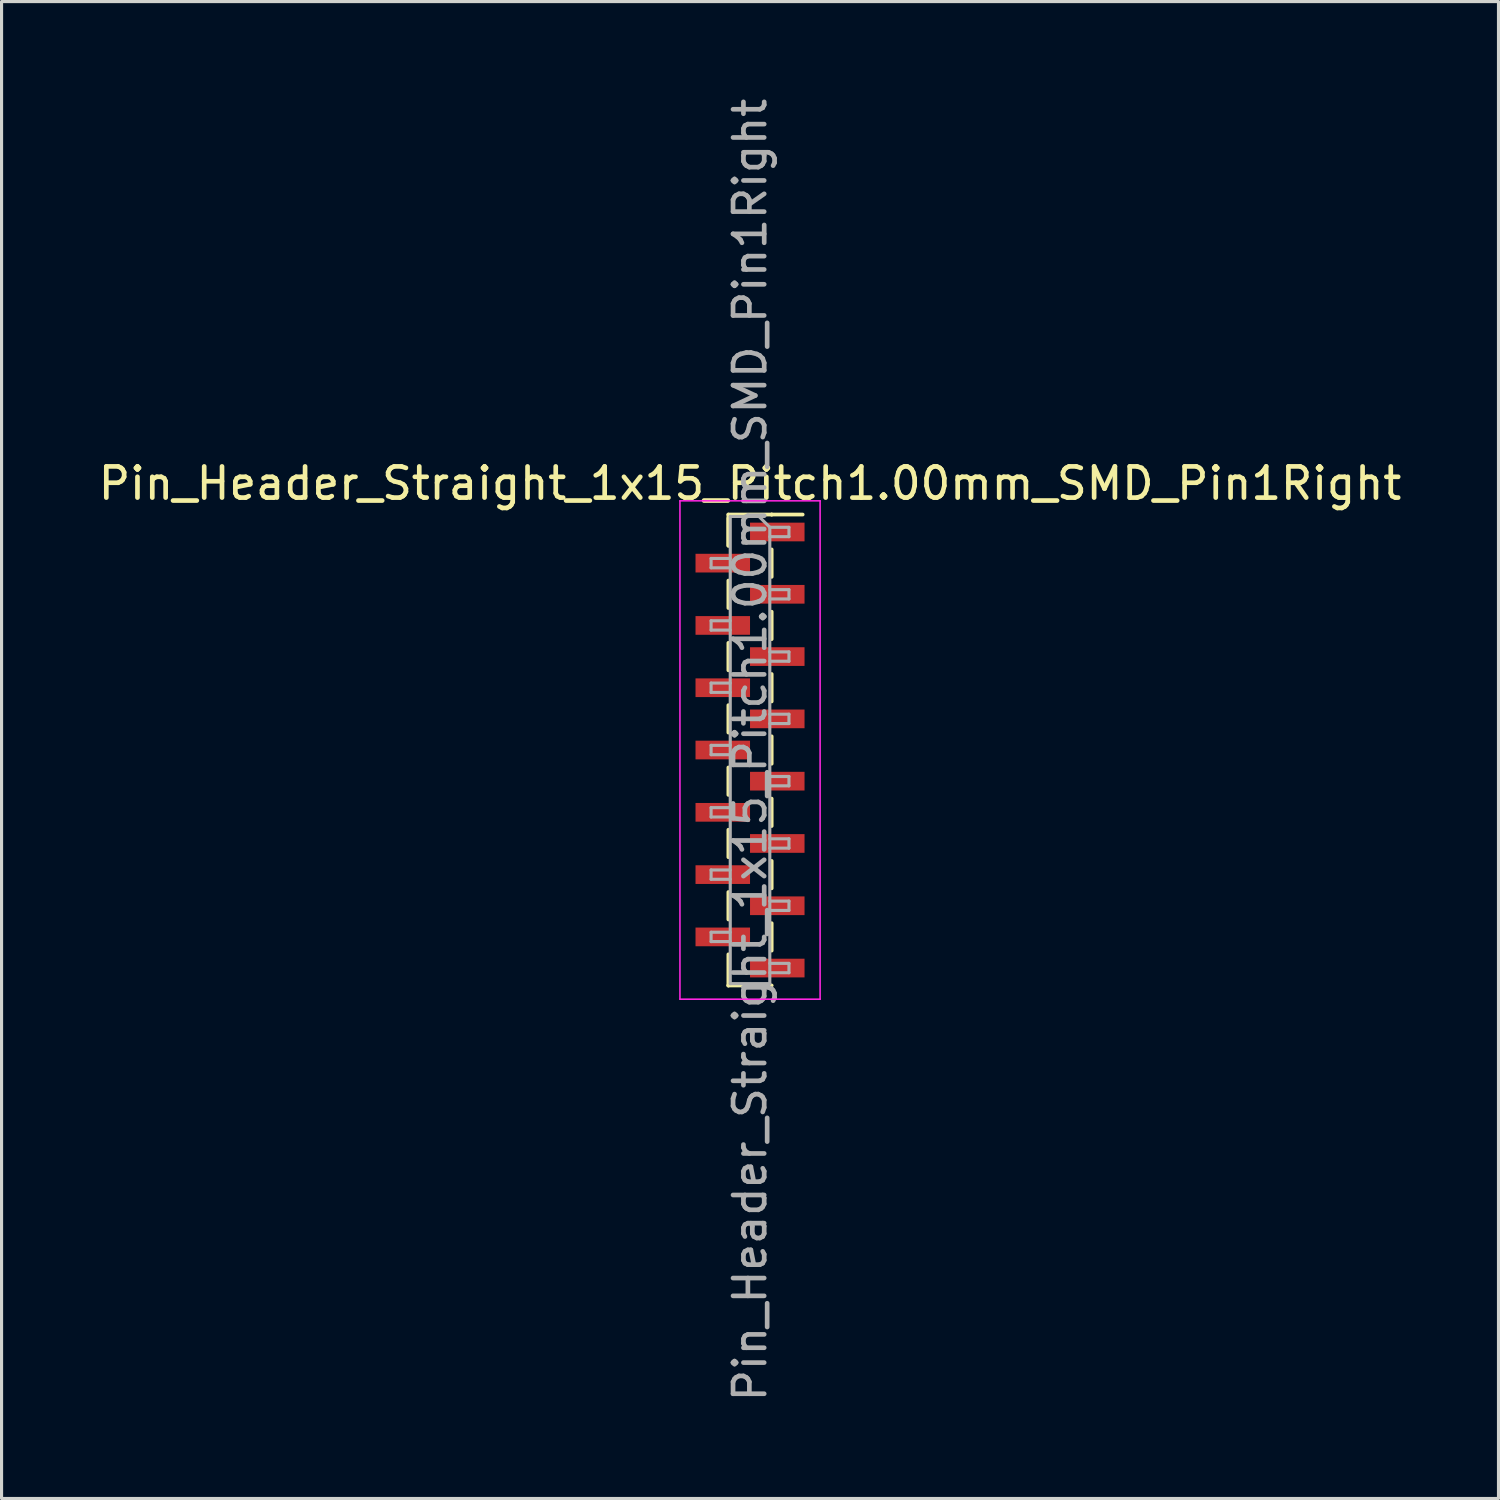
<source format=kicad_pcb>
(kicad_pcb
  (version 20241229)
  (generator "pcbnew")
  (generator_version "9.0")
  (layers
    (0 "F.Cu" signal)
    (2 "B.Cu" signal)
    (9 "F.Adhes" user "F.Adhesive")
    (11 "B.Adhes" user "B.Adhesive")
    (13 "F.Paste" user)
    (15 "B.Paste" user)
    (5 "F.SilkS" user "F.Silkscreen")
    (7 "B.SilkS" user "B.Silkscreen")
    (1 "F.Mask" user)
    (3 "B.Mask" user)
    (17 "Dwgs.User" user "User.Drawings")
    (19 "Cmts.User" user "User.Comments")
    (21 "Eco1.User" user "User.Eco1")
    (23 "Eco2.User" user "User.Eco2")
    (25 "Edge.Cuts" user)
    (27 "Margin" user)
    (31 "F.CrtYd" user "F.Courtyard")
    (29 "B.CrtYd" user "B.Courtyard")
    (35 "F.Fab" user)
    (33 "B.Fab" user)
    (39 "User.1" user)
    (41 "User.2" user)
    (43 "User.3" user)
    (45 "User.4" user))
  (footprint "Pin_Header_Straight_1x15_Pitch1.00mm_SMD_Pin1Right"
    (layer "F.Cu")
    (at 21.03 21.03)
    (property "Reference" "Pin_Header_Straight_1x15_Pitch1.00mm_SMD_Pin1Right" (at 0 -8.56 0) (layer "F.SilkS") (effects (font (size 1 1) (thickness 0.15))))
    (attr smd)
    (fp_line (start -0.695 -7.56) (end -0.695 -6.56) (stroke (width 0.12) (type solid)) (layer "F.SilkS"))
    (fp_line (start -0.695 -7.56) (end 0.695 -7.56) (stroke (width 0.12) (type solid)) (layer "F.SilkS"))
    (fp_line (start -0.695 -7.44) (end -0.695 -6.56) (stroke (width 0.12) (type solid)) (layer "F.SilkS"))
    (fp_line (start -0.695 -5.44) (end -0.695 -4.56) (stroke (width 0.12) (type solid)) (layer "F.SilkS"))
    (fp_line (start -0.695 -3.44) (end -0.695 -2.56) (stroke (width 0.12) (type solid)) (layer "F.SilkS"))
    (fp_line (start -0.695 -1.44) (end -0.695 -0.56) (stroke (width 0.12) (type solid)) (layer "F.SilkS"))
    (fp_line (start -0.695 0.56) (end -0.695 1.44) (stroke (width 0.12) (type solid)) (layer "F.SilkS"))
    (fp_line (start -0.695 2.56) (end -0.695 3.44) (stroke (width 0.12) (type solid)) (layer "F.SilkS"))
    (fp_line (start -0.695 4.56) (end -0.695 5.44) (stroke (width 0.12) (type solid)) (layer "F.SilkS"))
    (fp_line (start -0.695 6.56) (end -0.695 7.56) (stroke (width 0.12) (type solid)) (layer "F.SilkS"))
    (fp_line (start -0.695 7.56) (end -0.695 7.56) (stroke (width 0.12) (type solid)) (layer "F.SilkS"))
    (fp_line (start -0.695 7.56) (end 0.695 7.56) (stroke (width 0.12) (type solid)) (layer "F.SilkS"))
    (fp_line (start 0.695 -7.56) (end 0.695 -7.56) (stroke (width 0.12) (type solid)) (layer "F.SilkS"))
    (fp_line (start 0.695 -7.56) (end 1.69 -7.56) (stroke (width 0.12) (type solid)) (layer "F.SilkS"))
    (fp_line (start 0.695 -6.44) (end 0.695 -5.56) (stroke (width 0.12) (type solid)) (layer "F.SilkS"))
    (fp_line (start 0.695 -4.44) (end 0.695 -3.56) (stroke (width 0.12) (type solid)) (layer "F.SilkS"))
    (fp_line (start 0.695 -2.44) (end 0.695 -1.56) (stroke (width 0.12) (type solid)) (layer "F.SilkS"))
    (fp_line (start 0.695 -0.44) (end 0.695 0.44) (stroke (width 0.12) (type solid)) (layer "F.SilkS"))
    (fp_line (start 0.695 1.56) (end 0.695 2.44) (stroke (width 0.12) (type solid)) (layer "F.SilkS"))
    (fp_line (start 0.695 3.56) (end 0.695 4.44) (stroke (width 0.12) (type solid)) (layer "F.SilkS"))
    (fp_line (start 0.695 5.56) (end 0.695 6.44) (stroke (width 0.12) (type solid)) (layer "F.SilkS"))
    (fp_line (start -2.25 -8) (end -2.25 8) (stroke (width 0.05) (type solid)) (layer "F.CrtYd"))
    (fp_line (start -2.25 8) (end 2.25 8) (stroke (width 0.05) (type solid)) (layer "F.CrtYd"))
    (fp_line (start 2.25 -8) (end -2.25 -8) (stroke (width 0.05) (type solid)) (layer "F.CrtYd"))
    (fp_line (start 2.25 8) (end 2.25 -8) (stroke (width 0.05) (type solid)) (layer "F.CrtYd"))
    (fp_line (start -1.25 -6.15) (end -1.25 -5.85) (stroke (width 0.1) (type solid)) (layer "F.Fab"))
    (fp_line (start -1.25 -5.85) (end -0.635 -5.85) (stroke (width 0.1) (type solid)) (layer "F.Fab"))
    (fp_line (start -1.25 -4.15) (end -1.25 -3.85) (stroke (width 0.1) (type solid)) (layer "F.Fab"))
    (fp_line (start -1.25 -3.85) (end -0.635 -3.85) (stroke (width 0.1) (type solid)) (layer "F.Fab"))
    (fp_line (start -1.25 -2.15) (end -1.25 -1.85) (stroke (width 0.1) (type solid)) (layer "F.Fab"))
    (fp_line (start -1.25 -1.85) (end -0.635 -1.85) (stroke (width 0.1) (type solid)) (layer "F.Fab"))
    (fp_line (start -1.25 -0.15) (end -1.25 0.15) (stroke (width 0.1) (type solid)) (layer "F.Fab"))
    (fp_line (start -1.25 0.15) (end -0.635 0.15) (stroke (width 0.1) (type solid)) (layer "F.Fab"))
    (fp_line (start -1.25 1.85) (end -1.25 2.15) (stroke (width 0.1) (type solid)) (layer "F.Fab"))
    (fp_line (start -1.25 2.15) (end -0.635 2.15) (stroke (width 0.1) (type solid)) (layer "F.Fab"))
    (fp_line (start -1.25 3.85) (end -1.25 4.15) (stroke (width 0.1) (type solid)) (layer "F.Fab"))
    (fp_line (start -1.25 4.15) (end -0.635 4.15) (stroke (width 0.1) (type solid)) (layer "F.Fab"))
    (fp_line (start -1.25 5.85) (end -1.25 6.15) (stroke (width 0.1) (type solid)) (layer "F.Fab"))
    (fp_line (start -1.25 6.15) (end -0.635 6.15) (stroke (width 0.1) (type solid)) (layer "F.Fab"))
    (fp_line (start -0.635 -7.5) (end -0.635 7.5) (stroke (width 0.1) (type solid)) (layer "F.Fab"))
    (fp_line (start -0.635 -7.5) (end 0.285 -7.5) (stroke (width 0.1) (type solid)) (layer "F.Fab"))
    (fp_line (start -0.635 -6.15) (end -1.25 -6.15) (stroke (width 0.1) (type solid)) (layer "F.Fab"))
    (fp_line (start -0.635 -4.15) (end -1.25 -4.15) (stroke (width 0.1) (type solid)) (layer "F.Fab"))
    (fp_line (start -0.635 -2.15) (end -1.25 -2.15) (stroke (width 0.1) (type solid)) (layer "F.Fab"))
    (fp_line (start -0.635 -0.15) (end -1.25 -0.15) (stroke (width 0.1) (type solid)) (layer "F.Fab"))
    (fp_line (start -0.635 1.85) (end -1.25 1.85) (stroke (width 0.1) (type solid)) (layer "F.Fab"))
    (fp_line (start -0.635 3.85) (end -1.25 3.85) (stroke (width 0.1) (type solid)) (layer "F.Fab"))
    (fp_line (start -0.635 5.85) (end -1.25 5.85) (stroke (width 0.1) (type solid)) (layer "F.Fab"))
    (fp_line (start 0.635 -7.15) (end 0.285 -7.5) (stroke (width 0.1) (type solid)) (layer "F.Fab"))
    (fp_line (start 0.635 -7.15) (end 1.25 -7.15) (stroke (width 0.1) (type solid)) (layer "F.Fab"))
    (fp_line (start 0.635 -5.15) (end 1.25 -5.15) (stroke (width 0.1) (type solid)) (layer "F.Fab"))
    (fp_line (start 0.635 -3.15) (end 1.25 -3.15) (stroke (width 0.1) (type solid)) (layer "F.Fab"))
    (fp_line (start 0.635 -1.15) (end 1.25 -1.15) (stroke (width 0.1) (type solid)) (layer "F.Fab"))
    (fp_line (start 0.635 0.85) (end 1.25 0.85) (stroke (width 0.1) (type solid)) (layer "F.Fab"))
    (fp_line (start 0.635 2.85) (end 1.25 2.85) (stroke (width 0.1) (type solid)) (layer "F.Fab"))
    (fp_line (start 0.635 4.85) (end 1.25 4.85) (stroke (width 0.1) (type solid)) (layer "F.Fab"))
    (fp_line (start 0.635 6.85) (end 1.25 6.85) (stroke (width 0.1) (type solid)) (layer "F.Fab"))
    (fp_line (start 0.635 7.5) (end -0.635 7.5) (stroke (width 0.1) (type solid)) (layer "F.Fab"))
    (fp_line (start 0.635 7.5) (end 0.635 -7.15) (stroke (width 0.1) (type solid)) (layer "F.Fab"))
    (fp_line (start 1.25 -7.15) (end 1.25 -6.85) (stroke (width 0.1) (type solid)) (layer "F.Fab"))
    (fp_line (start 1.25 -6.85) (end 0.635 -6.85) (stroke (width 0.1) (type solid)) (layer "F.Fab"))
    (fp_line (start 1.25 -5.15) (end 1.25 -4.85) (stroke (width 0.1) (type solid)) (layer "F.Fab"))
    (fp_line (start 1.25 -4.85) (end 0.635 -4.85) (stroke (width 0.1) (type solid)) (layer "F.Fab"))
    (fp_line (start 1.25 -3.15) (end 1.25 -2.85) (stroke (width 0.1) (type solid)) (layer "F.Fab"))
    (fp_line (start 1.25 -2.85) (end 0.635 -2.85) (stroke (width 0.1) (type solid)) (layer "F.Fab"))
    (fp_line (start 1.25 -1.15) (end 1.25 -0.85) (stroke (width 0.1) (type solid)) (layer "F.Fab"))
    (fp_line (start 1.25 -0.85) (end 0.635 -0.85) (stroke (width 0.1) (type solid)) (layer "F.Fab"))
    (fp_line (start 1.25 0.85) (end 1.25 1.15) (stroke (width 0.1) (type solid)) (layer "F.Fab"))
    (fp_line (start 1.25 1.15) (end 0.635 1.15) (stroke (width 0.1) (type solid)) (layer "F.Fab"))
    (fp_line (start 1.25 2.85) (end 1.25 3.15) (stroke (width 0.1) (type solid)) (layer "F.Fab"))
    (fp_line (start 1.25 3.15) (end 0.635 3.15) (stroke (width 0.1) (type solid)) (layer "F.Fab"))
    (fp_line (start 1.25 4.85) (end 1.25 5.15) (stroke (width 0.1) (type solid)) (layer "F.Fab"))
    (fp_line (start 1.25 5.15) (end 0.635 5.15) (stroke (width 0.1) (type solid)) (layer "F.Fab"))
    (fp_line (start 1.25 6.85) (end 1.25 7.15) (stroke (width 0.1) (type solid)) (layer "F.Fab"))
    (fp_line (start 1.25 7.15) (end 0.635 7.15) (stroke (width 0.1) (type solid)) (layer "F.Fab"))
    (fp_text user "${REFERENCE}" (at 0 0 90) (layer "F.Fab") (effects (font (size 1 1) (thickness 0.15))))
    (pad "1" smd rect (at 0.875 -7) (size 1.75 0.6) (layers "F.Cu" "F.Mask" "F.Paste"))
    (pad "2" smd rect (at -0.875 -6) (size 1.75 0.6) (layers "F.Cu" "F.Mask" "F.Paste"))
    (pad "3" smd rect (at 0.875 -5) (size 1.75 0.6) (layers "F.Cu" "F.Mask" "F.Paste"))
    (pad "4" smd rect (at -0.875 -4) (size 1.75 0.6) (layers "F.Cu" "F.Mask" "F.Paste"))
    (pad "5" smd rect (at 0.875 -3) (size 1.75 0.6) (layers "F.Cu" "F.Mask" "F.Paste"))
    (pad "6" smd rect (at -0.875 -2) (size 1.75 0.6) (layers "F.Cu" "F.Mask" "F.Paste"))
    (pad "7" smd rect (at 0.875 -1) (size 1.75 0.6) (layers "F.Cu" "F.Mask" "F.Paste"))
    (pad "8" smd rect (at -0.875 0) (size 1.75 0.6) (layers "F.Cu" "F.Mask" "F.Paste"))
    (pad "9" smd rect (at 0.875 1) (size 1.75 0.6) (layers "F.Cu" "F.Mask" "F.Paste"))
    (pad "10" smd rect (at -0.875 2) (size 1.75 0.6) (layers "F.Cu" "F.Mask" "F.Paste"))
    (pad "11" smd rect (at 0.875 3) (size 1.75 0.6) (layers "F.Cu" "F.Mask" "F.Paste"))
    (pad "12" smd rect (at -0.875 4) (size 1.75 0.6) (layers "F.Cu" "F.Mask" "F.Paste"))
    (pad "13" smd rect (at 0.875 5) (size 1.75 0.6) (layers "F.Cu" "F.Mask" "F.Paste"))
    (pad "14" smd rect (at -0.875 6) (size 1.75 0.6) (layers "F.Cu" "F.Mask" "F.Paste"))
    (pad "15" smd rect (at 0.875 7) (size 1.75 0.6) (layers "F.Cu" "F.Mask" "F.Paste")))
  (gr_rect
    (start -3 -3)
    (end 45.06 45.06)
    (stroke (width 0.1) (type default))
    (fill no)
    (layer "Edge.Cuts")))
</source>
